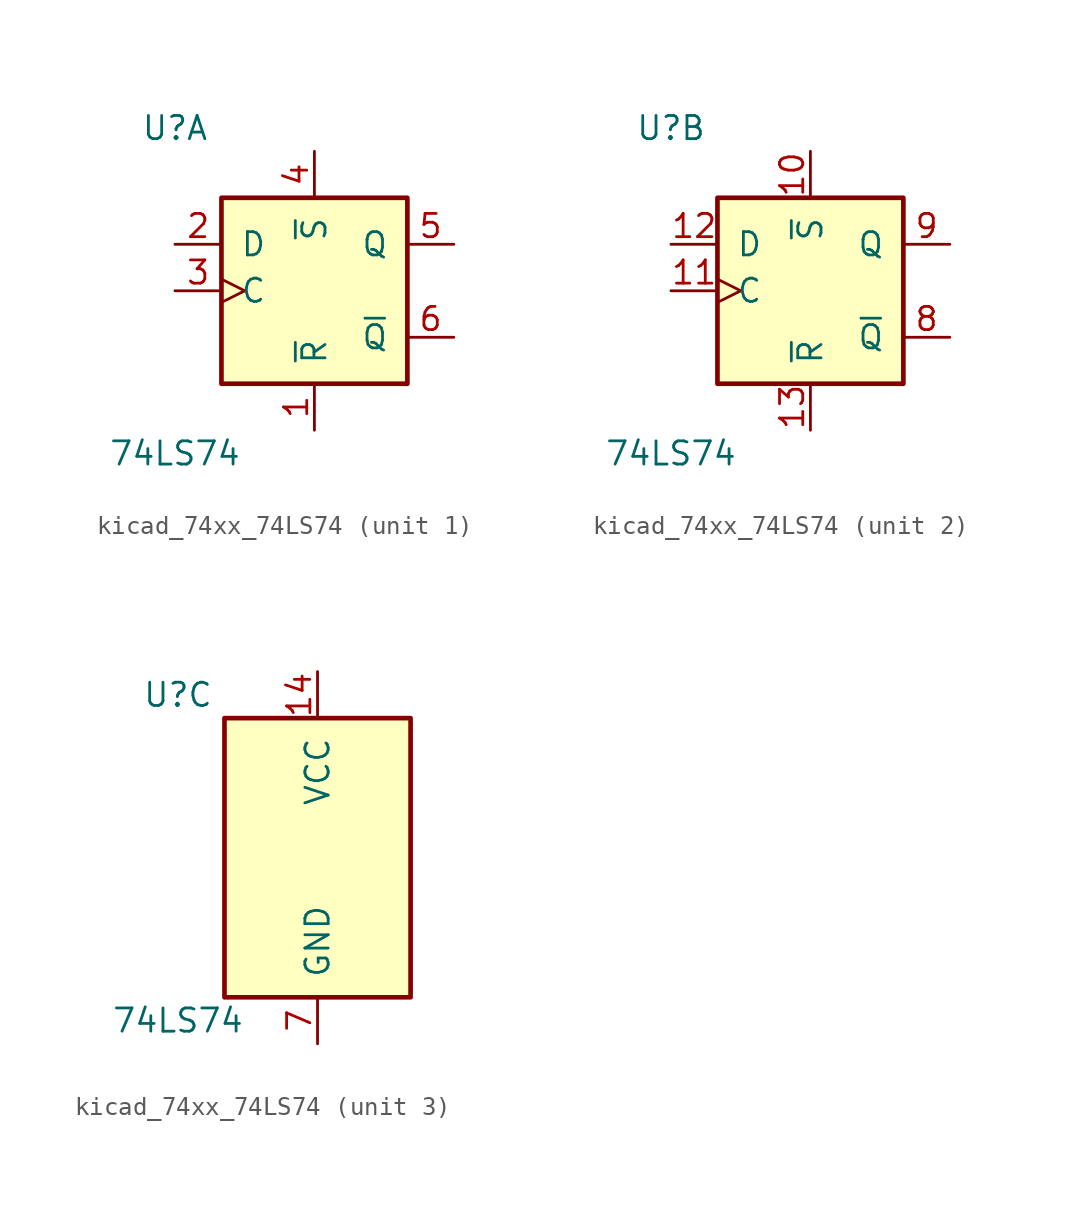
<source format=kicad_sym>
(kicad_symbol_lib
  (version 20220914)
  (generator kicad_symbol_editor)
  (symbol "kicad_74xx_74LS74"
    (pin_names
      (offset 1.016))
    (property "Reference" "U"
      (at -7.62 8.89 0)
      (effects (font (size 1.27 1.27))))
    (property "Value" "74LS74"
      (at -7.62 -8.89 0)
      (effects (font (size 1.27 1.27))))
    (property "ki_locked" ""
      (at 0 0 0)
      (effects (font (size 1.27 1.27))))
    (symbol "kicad_74xx_74LS74_1_0"
      (pin input line (at 0 -7.62 90) (length 2.54) (name "~{R}" (effects (font (size 1.27 1.27)))) (number "1" (effects (font (size 1.27 1.27)))))
      (pin input line (at -7.62 2.54 0) (length 2.54) (name "D" (effects (font (size 1.27 1.27)))) (number "2" (effects (font (size 1.27 1.27)))))
      (pin input clock (at -7.62 0 0) (length 2.54) (name "C" (effects (font (size 1.27 1.27)))) (number "3" (effects (font (size 1.27 1.27)))))
      (pin input line (at 0 7.62 270) (length 2.54) (name "~{S}" (effects (font (size 1.27 1.27)))) (number "4" (effects (font (size 1.27 1.27)))))
      (pin output line (at 7.62 2.54 180) (length 2.54) (name "Q" (effects (font (size 1.27 1.27)))) (number "5" (effects (font (size 1.27 1.27)))))
      (pin output line (at 7.62 -2.54 180) (length 2.54) (name "~{Q}" (effects (font (size 1.27 1.27)))) (number "6" (effects (font (size 1.27 1.27))))))
    (symbol "kicad_74xx_74LS74_1_1"
      (rectangle (start -5.08 5.08) (end 5.08 -5.08) (stroke (width 0.254) (type default)) (fill (type background))))
    (symbol "kicad_74xx_74LS74_2_0"
      (pin input line (at 0 7.62 270) (length 2.54) (name "~{S}" (effects (font (size 1.27 1.27)))) (number "10" (effects (font (size 1.27 1.27)))))
      (pin input clock (at -7.62 0 0) (length 2.54) (name "C" (effects (font (size 1.27 1.27)))) (number "11" (effects (font (size 1.27 1.27)))))
      (pin input line (at -7.62 2.54 0) (length 2.54) (name "D" (effects (font (size 1.27 1.27)))) (number "12" (effects (font (size 1.27 1.27)))))
      (pin input line (at 0 -7.62 90) (length 2.54) (name "~{R}" (effects (font (size 1.27 1.27)))) (number "13" (effects (font (size 1.27 1.27)))))
      (pin output line (at 7.62 -2.54 180) (length 2.54) (name "~{Q}" (effects (font (size 1.27 1.27)))) (number "8" (effects (font (size 1.27 1.27)))))
      (pin output line (at 7.62 2.54 180) (length 2.54) (name "Q" (effects (font (size 1.27 1.27)))) (number "9" (effects (font (size 1.27 1.27))))))
    (symbol "kicad_74xx_74LS74_2_1"
      (rectangle (start -5.08 5.08) (end 5.08 -5.08) (stroke (width 0.254) (type default)) (fill (type background))))
    (symbol "kicad_74xx_74LS74_3_0"
      (pin power_in line (at 0 10.16 270) (length 2.54) (name "VCC" (effects (font (size 1.27 1.27)))) (number "14" (effects (font (size 1.27 1.27)))))
      (pin power_in line (at 0 -10.16 90) (length 2.54) (name "GND" (effects (font (size 1.27 1.27)))) (number "7" (effects (font (size 1.27 1.27))))))
    (symbol "kicad_74xx_74LS74_3_1"
      (rectangle (start -5.08 7.62) (end 5.08 -7.62) (stroke (width 0.254) (type default)) (fill (type background))))))
</source>
